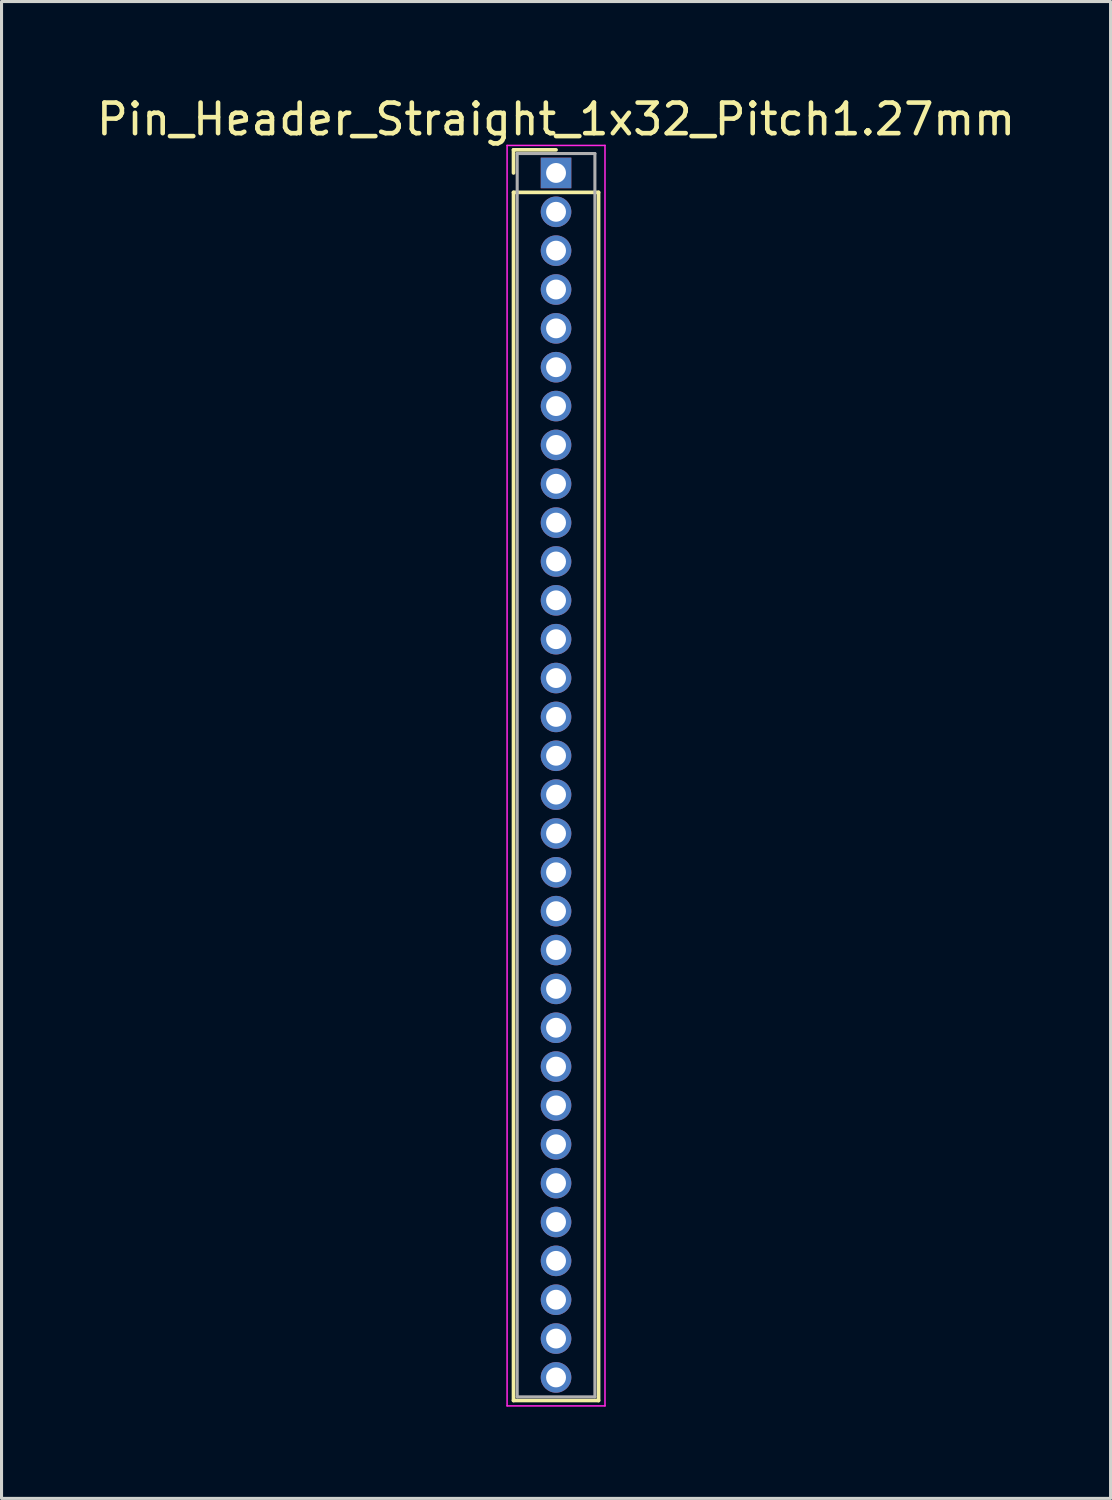
<source format=kicad_pcb>
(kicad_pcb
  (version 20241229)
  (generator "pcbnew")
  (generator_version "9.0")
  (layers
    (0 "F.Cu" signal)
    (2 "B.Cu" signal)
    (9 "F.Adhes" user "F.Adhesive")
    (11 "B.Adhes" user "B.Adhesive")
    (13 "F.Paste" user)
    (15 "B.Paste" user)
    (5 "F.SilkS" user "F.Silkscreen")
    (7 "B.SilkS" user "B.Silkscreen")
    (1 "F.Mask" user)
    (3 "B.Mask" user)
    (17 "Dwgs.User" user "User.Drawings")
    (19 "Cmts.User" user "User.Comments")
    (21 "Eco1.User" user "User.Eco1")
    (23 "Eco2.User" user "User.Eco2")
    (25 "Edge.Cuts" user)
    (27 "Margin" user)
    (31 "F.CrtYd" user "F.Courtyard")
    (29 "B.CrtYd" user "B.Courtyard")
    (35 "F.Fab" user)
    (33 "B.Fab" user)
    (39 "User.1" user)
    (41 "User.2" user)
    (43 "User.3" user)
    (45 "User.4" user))
  (footprint "Pin_Header_Straight_1x32_Pitch1.27mm"
    (layer "F.Cu")
    (at 15.125 2.603)
    (property "Reference" "Pin_Header_Straight_1x32_Pitch1.27mm" (at 0 -1.755 0) (layer "F.SilkS") (effects (font (size 1 1) (thickness 0.15))))
    (attr through_hole)
    (fp_line (start -1.39 -0.755) (end 0 -0.755) (stroke (width 0.12) (type solid)) (layer "F.SilkS"))
    (fp_line (start -1.39 0) (end -1.39 -0.755) (stroke (width 0.12) (type solid)) (layer "F.SilkS"))
    (fp_line (start -1.39 0.635) (end -1.39 40.125) (stroke (width 0.12) (type solid)) (layer "F.SilkS"))
    (fp_line (start -1.39 40.125) (end 1.39 40.125) (stroke (width 0.12) (type solid)) (layer "F.SilkS"))
    (fp_line (start 1.39 0.635) (end -1.39 0.635) (stroke (width 0.12) (type solid)) (layer "F.SilkS"))
    (fp_line (start 1.39 40.125) (end 1.39 0.635) (stroke (width 0.12) (type solid)) (layer "F.SilkS"))
    (fp_line (start -1.6 -0.9) (end -1.6 40.3) (stroke (width 0.05) (type solid)) (layer "F.CrtYd"))
    (fp_line (start -1.6 40.3) (end 1.6 40.3) (stroke (width 0.05) (type solid)) (layer "F.CrtYd"))
    (fp_line (start 1.6 -0.9) (end -1.6 -0.9) (stroke (width 0.05) (type solid)) (layer "F.CrtYd"))
    (fp_line (start 1.6 40.3) (end 1.6 -0.9) (stroke (width 0.05) (type solid)) (layer "F.CrtYd"))
    (fp_line (start -1.27 -0.635) (end -1.27 40.005) (stroke (width 0.1) (type solid)) (layer "F.Fab"))
    (fp_line (start -1.27 40.005) (end 1.27 40.005) (stroke (width 0.1) (type solid)) (layer "F.Fab"))
    (fp_line (start 1.27 -0.635) (end -1.27 -0.635) (stroke (width 0.1) (type solid)) (layer "F.Fab"))
    (fp_line (start 1.27 40.005) (end 1.27 -0.635) (stroke (width 0.1) (type solid)) (layer "F.Fab"))
    (pad "1" thru_hole rect (at 0 0) (size 1 1) (drill 0.65) (layers "*.Cu" "*.Mask"))
    (pad "2" thru_hole oval (at 0 1.27) (size 1 1) (drill 0.65) (layers "*.Cu" "*.Mask"))
    (pad "3" thru_hole oval (at 0 2.54) (size 1 1) (drill 0.65) (layers "*.Cu" "*.Mask"))
    (pad "4" thru_hole oval (at 0 3.81) (size 1 1) (drill 0.65) (layers "*.Cu" "*.Mask"))
    (pad "5" thru_hole oval (at 0 5.08) (size 1 1) (drill 0.65) (layers "*.Cu" "*.Mask"))
    (pad "6" thru_hole oval (at 0 6.35) (size 1 1) (drill 0.65) (layers "*.Cu" "*.Mask"))
    (pad "7" thru_hole oval (at 0 7.62) (size 1 1) (drill 0.65) (layers "*.Cu" "*.Mask"))
    (pad "8" thru_hole oval (at 0 8.89) (size 1 1) (drill 0.65) (layers "*.Cu" "*.Mask"))
    (pad "9" thru_hole oval (at 0 10.16) (size 1 1) (drill 0.65) (layers "*.Cu" "*.Mask"))
    (pad "10" thru_hole oval (at 0 11.43) (size 1 1) (drill 0.65) (layers "*.Cu" "*.Mask"))
    (pad "11" thru_hole oval (at 0 12.7) (size 1 1) (drill 0.65) (layers "*.Cu" "*.Mask"))
    (pad "12" thru_hole oval (at 0 13.97) (size 1 1) (drill 0.65) (layers "*.Cu" "*.Mask"))
    (pad "13" thru_hole oval (at 0 15.24) (size 1 1) (drill 0.65) (layers "*.Cu" "*.Mask"))
    (pad "14" thru_hole oval (at 0 16.51) (size 1 1) (drill 0.65) (layers "*.Cu" "*.Mask"))
    (pad "15" thru_hole oval (at 0 17.78) (size 1 1) (drill 0.65) (layers "*.Cu" "*.Mask"))
    (pad "16" thru_hole oval (at 0 19.05) (size 1 1) (drill 0.65) (layers "*.Cu" "*.Mask"))
    (pad "17" thru_hole oval (at 0 20.32) (size 1 1) (drill 0.65) (layers "*.Cu" "*.Mask"))
    (pad "18" thru_hole oval (at 0 21.59) (size 1 1) (drill 0.65) (layers "*.Cu" "*.Mask"))
    (pad "19" thru_hole oval (at 0 22.86) (size 1 1) (drill 0.65) (layers "*.Cu" "*.Mask"))
    (pad "20" thru_hole oval (at 0 24.13) (size 1 1) (drill 0.65) (layers "*.Cu" "*.Mask"))
    (pad "21" thru_hole oval (at 0 25.4) (size 1 1) (drill 0.65) (layers "*.Cu" "*.Mask"))
    (pad "22" thru_hole oval (at 0 26.67) (size 1 1) (drill 0.65) (layers "*.Cu" "*.Mask"))
    (pad "23" thru_hole oval (at 0 27.94) (size 1 1) (drill 0.65) (layers "*.Cu" "*.Mask"))
    (pad "24" thru_hole oval (at 0 29.21) (size 1 1) (drill 0.65) (layers "*.Cu" "*.Mask"))
    (pad "25" thru_hole oval (at 0 30.48) (size 1 1) (drill 0.65) (layers "*.Cu" "*.Mask"))
    (pad "26" thru_hole oval (at 0 31.75) (size 1 1) (drill 0.65) (layers "*.Cu" "*.Mask"))
    (pad "27" thru_hole oval (at 0 33.02) (size 1 1) (drill 0.65) (layers "*.Cu" "*.Mask"))
    (pad "28" thru_hole oval (at 0 34.29) (size 1 1) (drill 0.65) (layers "*.Cu" "*.Mask"))
    (pad "29" thru_hole oval (at 0 35.56) (size 1 1) (drill 0.65) (layers "*.Cu" "*.Mask"))
    (pad "30" thru_hole oval (at 0 36.83) (size 1 1) (drill 0.65) (layers "*.Cu" "*.Mask"))
    (pad "31" thru_hole oval (at 0 38.1) (size 1 1) (drill 0.65) (layers "*.Cu" "*.Mask"))
    (pad "32" thru_hole oval (at 0 39.37) (size 1 1) (drill 0.65) (layers "*.Cu" "*.Mask")))
  (gr_rect
    (start -3 -3)
    (end 33.25 45.928)
    (stroke (width 0.1) (type default))
    (fill no)
    (layer "Edge.Cuts")))
</source>
